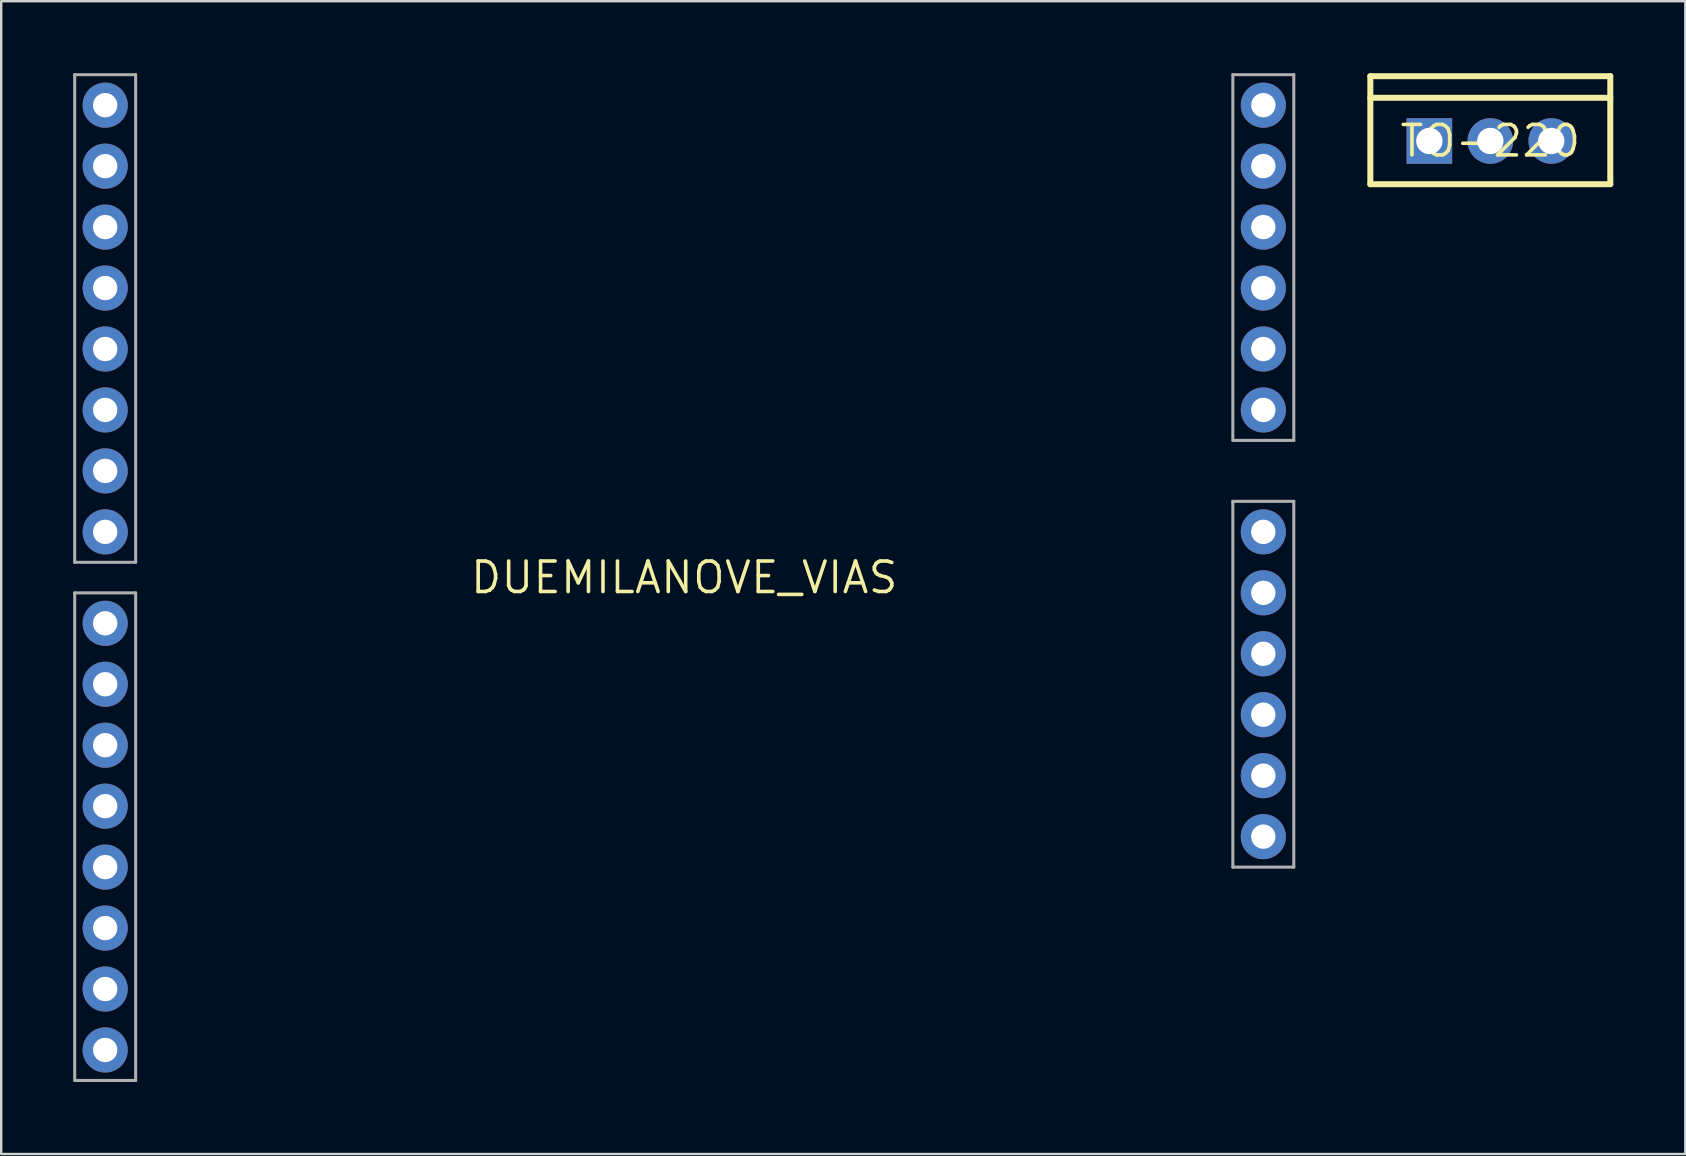
<source format=kicad_pcb>
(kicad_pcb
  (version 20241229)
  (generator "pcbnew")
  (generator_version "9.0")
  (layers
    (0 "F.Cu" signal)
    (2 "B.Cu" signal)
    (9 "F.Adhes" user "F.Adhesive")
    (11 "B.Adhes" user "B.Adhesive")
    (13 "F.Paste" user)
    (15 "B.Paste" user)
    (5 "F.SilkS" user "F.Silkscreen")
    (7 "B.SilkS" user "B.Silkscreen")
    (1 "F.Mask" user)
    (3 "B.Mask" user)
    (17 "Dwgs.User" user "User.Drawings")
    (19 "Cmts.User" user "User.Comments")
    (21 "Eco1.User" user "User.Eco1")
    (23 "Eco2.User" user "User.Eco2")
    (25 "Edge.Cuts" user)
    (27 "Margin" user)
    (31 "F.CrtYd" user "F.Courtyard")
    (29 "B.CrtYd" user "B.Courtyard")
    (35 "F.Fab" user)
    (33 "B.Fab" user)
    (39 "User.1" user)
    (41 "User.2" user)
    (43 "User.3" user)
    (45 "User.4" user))
  (footprint "TO-220"
    (layer "F.Cu")
    (at 59.052 2.825)
    (property "Reference" "TO-220" (at 0 0 0) (layer "F.SilkS") (effects (font (size 1.27 1.27) (thickness 0.15))))
    (fp_line (start -5 -2.7) (end 5 -2.7) (stroke (width 0.25) (type solid)) (layer "F.SilkS"))
    (fp_line (start -5 -1.8) (end 5 -1.8) (stroke (width 0.25) (type solid)) (layer "F.SilkS"))
    (fp_line (start -5 1.8) (end -5 -2.7) (stroke (width 0.25) (type solid)) (layer "F.SilkS"))
    (fp_line (start 5 -2.7) (end 5 1.8) (stroke (width 0.25) (type solid)) (layer "F.SilkS"))
    (fp_line (start 5 1.8) (end -5 1.8) (stroke (width 0.25) (type solid)) (layer "F.SilkS"))
    (pad "1" thru_hole rect (at -2.54 0) (size 1.9 1.9) (drill 1.1) (layers "*.Cu" "*.Mask"))
    (pad "2" thru_hole circle (at 0 0) (size 1.9 1.9) (drill 1.1) (layers "*.Cu" "*.Mask"))
    (pad "3" thru_hole circle (at 2.54 0) (size 1.9 1.9) (drill 1.1) (layers "*.Cu" "*.Mask")))
  (footprint "DUEMILANOVE_VIAS"
    (layer "F.Cu")
    (at 25.463 21.018)
    (property "Reference" "DUEMILANOVE_VIAS" (at 0 0 0) (layer "F.SilkS") (effects (font (size 1.27 1.27) (thickness 0.15))))
    (fp_circle (center -24.13 -19.685) (end -24.13 -19.685) (stroke (width 0) (type solid)) (fill yes) (layer "F.Mask"))
    (fp_circle (center -24.13 -17.145) (end -24.13 -17.145) (stroke (width 0) (type solid)) (fill yes) (layer "F.Mask"))
    (fp_circle (center -24.13 -14.605) (end -24.13 -14.605) (stroke (width 0) (type solid)) (fill yes) (layer "F.Mask"))
    (fp_circle (center -24.13 -12.065) (end -24.13 -12.065) (stroke (width 0) (type solid)) (fill yes) (layer "F.Mask"))
    (fp_circle (center -24.13 -9.525) (end -24.13 -9.525) (stroke (width 0) (type solid)) (fill yes) (layer "F.Mask"))
    (fp_circle (center -24.13 -6.985) (end -24.13 -6.985) (stroke (width 0) (type solid)) (fill yes) (layer "F.Mask"))
    (fp_circle (center -24.13 -4.445) (end -24.13 -4.445) (stroke (width 0) (type solid)) (fill yes) (layer "F.Mask"))
    (fp_circle (center -24.13 -1.905) (end -24.13 -1.905) (stroke (width 0) (type solid)) (fill yes) (layer "F.Mask"))
    (fp_circle (center -24.13 1.905) (end -24.13 1.905) (stroke (width 0) (type solid)) (fill yes) (layer "F.Mask"))
    (fp_circle (center -24.13 4.445) (end -24.13 4.445) (stroke (width 0) (type solid)) (fill yes) (layer "F.Mask"))
    (fp_circle (center -24.13 6.985) (end -24.13 6.985) (stroke (width 0) (type solid)) (fill yes) (layer "F.Mask"))
    (fp_circle (center -24.13 9.525) (end -24.13 9.525) (stroke (width 0) (type solid)) (fill yes) (layer "F.Mask"))
    (fp_circle (center -24.13 12.065) (end -24.13 12.065) (stroke (width 0) (type solid)) (fill yes) (layer "F.Mask"))
    (fp_circle (center -24.13 14.605) (end -24.13 14.605) (stroke (width 0) (type solid)) (fill yes) (layer "F.Mask"))
    (fp_circle (center -24.13 17.145) (end -24.13 17.145) (stroke (width 0) (type solid)) (fill yes) (layer "F.Mask"))
    (fp_circle (center -24.13 19.685) (end -24.13 19.685) (stroke (width 0) (type solid)) (fill yes) (layer "F.Mask"))
    (fp_circle (center 24.13 -19.685) (end 24.13 -19.685) (stroke (width 0) (type solid)) (fill yes) (layer "F.Mask"))
    (fp_circle (center 24.13 -17.145) (end 24.13 -17.145) (stroke (width 0) (type solid)) (fill yes) (layer "F.Mask"))
    (fp_circle (center 24.13 -14.605) (end 24.13 -14.605) (stroke (width 0) (type solid)) (fill yes) (layer "F.Mask"))
    (fp_circle (center 24.13 -12.065) (end 24.13 -12.065) (stroke (width 0) (type solid)) (fill yes) (layer "F.Mask"))
    (fp_circle (center 24.13 -9.525) (end 24.13 -9.525) (stroke (width 0) (type solid)) (fill yes) (layer "F.Mask"))
    (fp_circle (center 24.13 -6.985) (end 24.13 -6.985) (stroke (width 0) (type solid)) (fill yes) (layer "F.Mask"))
    (fp_circle (center 24.13 -1.905) (end 24.13 -1.905) (stroke (width 0) (type solid)) (fill yes) (layer "F.Mask"))
    (fp_circle (center 24.13 0.635) (end 24.13 0.635) (stroke (width 0) (type solid)) (fill yes) (layer "F.Mask"))
    (fp_circle (center 24.13 3.175) (end 24.13 3.175) (stroke (width 0) (type solid)) (fill yes) (layer "F.Mask"))
    (fp_circle (center 24.13 5.715) (end 24.13 5.715) (stroke (width 0) (type solid)) (fill yes) (layer "F.Mask"))
    (fp_circle (center 24.13 8.255) (end 24.13 8.255) (stroke (width 0) (type solid)) (fill yes) (layer "F.Mask"))
    (fp_circle (center 24.13 10.795) (end 24.13 10.795) (stroke (width 0) (type solid)) (fill yes) (layer "F.Mask"))
    (fp_circle (center -24.13 -19.685) (end -24.13 -19.685) (stroke (width 0) (type solid)) (fill yes) (layer "B.Mask"))
    (fp_circle (center -24.13 -17.145) (end -24.13 -17.145) (stroke (width 0) (type solid)) (fill yes) (layer "B.Mask"))
    (fp_circle (center -24.13 -14.605) (end -24.13 -14.605) (stroke (width 0) (type solid)) (fill yes) (layer "B.Mask"))
    (fp_circle (center -24.13 -12.065) (end -24.13 -12.065) (stroke (width 0) (type solid)) (fill yes) (layer "B.Mask"))
    (fp_circle (center -24.13 -9.525) (end -24.13 -9.525) (stroke (width 0) (type solid)) (fill yes) (layer "B.Mask"))
    (fp_circle (center -24.13 -6.985) (end -24.13 -6.985) (stroke (width 0) (type solid)) (fill yes) (layer "B.Mask"))
    (fp_circle (center -24.13 -4.445) (end -24.13 -4.445) (stroke (width 0) (type solid)) (fill yes) (layer "B.Mask"))
    (fp_circle (center -24.13 -1.905) (end -24.13 -1.905) (stroke (width 0) (type solid)) (fill yes) (layer "B.Mask"))
    (fp_circle (center -24.13 1.905) (end -24.13 1.905) (stroke (width 0) (type solid)) (fill yes) (layer "B.Mask"))
    (fp_circle (center -24.13 4.445) (end -24.13 4.445) (stroke (width 0) (type solid)) (fill yes) (layer "B.Mask"))
    (fp_circle (center -24.13 6.985) (end -24.13 6.985) (stroke (width 0) (type solid)) (fill yes) (layer "B.Mask"))
    (fp_circle (center -24.13 9.525) (end -24.13 9.525) (stroke (width 0) (type solid)) (fill yes) (layer "B.Mask"))
    (fp_circle (center -24.13 12.065) (end -24.13 12.065) (stroke (width 0) (type solid)) (fill yes) (layer "B.Mask"))
    (fp_circle (center -24.13 14.605) (end -24.13 14.605) (stroke (width 0) (type solid)) (fill yes) (layer "B.Mask"))
    (fp_circle (center -24.13 17.145) (end -24.13 17.145) (stroke (width 0) (type solid)) (fill yes) (layer "B.Mask"))
    (fp_circle (center -24.13 19.685) (end -24.13 19.685) (stroke (width 0) (type solid)) (fill yes) (layer "B.Mask"))
    (fp_circle (center 24.13 -19.685) (end 24.13 -19.685) (stroke (width 0) (type solid)) (fill yes) (layer "B.Mask"))
    (fp_circle (center 24.13 -17.145) (end 24.13 -17.145) (stroke (width 0) (type solid)) (fill yes) (layer "B.Mask"))
    (fp_circle (center 24.13 -14.605) (end 24.13 -14.605) (stroke (width 0) (type solid)) (fill yes) (layer "B.Mask"))
    (fp_circle (center 24.13 -12.065) (end 24.13 -12.065) (stroke (width 0) (type solid)) (fill yes) (layer "B.Mask"))
    (fp_circle (center 24.13 -9.525) (end 24.13 -9.525) (stroke (width 0) (type solid)) (fill yes) (layer "B.Mask"))
    (fp_circle (center 24.13 -6.985) (end 24.13 -6.985) (stroke (width 0) (type solid)) (fill yes) (layer "B.Mask"))
    (fp_circle (center 24.13 -1.905) (end 24.13 -1.905) (stroke (width 0) (type solid)) (fill yes) (layer "B.Mask"))
    (fp_circle (center 24.13 0.635) (end 24.13 0.635) (stroke (width 0) (type solid)) (fill yes) (layer "B.Mask"))
    (fp_circle (center 24.13 3.175) (end 24.13 3.175) (stroke (width 0) (type solid)) (fill yes) (layer "B.Mask"))
    (fp_circle (center 24.13 5.715) (end 24.13 5.715) (stroke (width 0) (type solid)) (fill yes) (layer "B.Mask"))
    (fp_circle (center 24.13 8.255) (end 24.13 8.255) (stroke (width 0) (type solid)) (fill yes) (layer "B.Mask"))
    (fp_circle (center 24.13 10.795) (end 24.13 10.795) (stroke (width 0) (type solid)) (fill yes) (layer "B.Mask"))
    (fp_line (start -25.4 -20.955) (end -22.86 -20.955) (stroke (width 0.127) (type solid)) (layer "F.Fab"))
    (fp_line (start -25.4 -0.637) (end -25.4 -20.955) (stroke (width 0.127) (type solid)) (layer "F.Fab"))
    (fp_line (start -25.4 0.637) (end -22.86 0.637) (stroke (width 0.127) (type solid)) (layer "F.Fab"))
    (fp_line (start -25.4 20.955) (end -25.4 0.637) (stroke (width 0.127) (type solid)) (layer "F.Fab"))
    (fp_line (start -22.86 -20.955) (end -22.86 -0.637) (stroke (width 0.127) (type solid)) (layer "F.Fab"))
    (fp_line (start -22.86 -0.637) (end -25.4 -0.637) (stroke (width 0.127) (type solid)) (layer "F.Fab"))
    (fp_line (start -22.86 0.637) (end -22.86 20.955) (stroke (width 0.127) (type solid)) (layer "F.Fab"))
    (fp_line (start -22.86 20.955) (end -25.4 20.955) (stroke (width 0.127) (type solid)) (layer "F.Fab"))
    (fp_line (start 22.86 -20.955) (end 25.4 -20.955) (stroke (width 0.127) (type solid)) (layer "F.Fab"))
    (fp_line (start 22.86 -5.717) (end 22.86 -20.955) (stroke (width 0.127) (type solid)) (layer "F.Fab"))
    (fp_line (start 22.86 -3.177) (end 25.4 -3.177) (stroke (width 0.127) (type solid)) (layer "F.Fab"))
    (fp_line (start 22.86 12.066) (end 22.86 -3.177) (stroke (width 0.127) (type solid)) (layer "F.Fab"))
    (fp_line (start 25.4 -20.955) (end 25.4 -5.717) (stroke (width 0.127) (type solid)) (layer "F.Fab"))
    (fp_line (start 25.4 -5.717) (end 22.86 -5.717) (stroke (width 0.127) (type solid)) (layer "F.Fab"))
    (fp_line (start 25.4 -3.177) (end 25.4 12.066) (stroke (width 0.127) (type solid)) (layer "F.Fab"))
    (fp_line (start 25.4 12.066) (end 22.86 12.066) (stroke (width 0.127) (type solid)) (layer "F.Fab"))
    (pad "3.3V" thru_hole circle (at 24.13 8.255) (size 1.88 1.88) (drill 1.016) (layers "*.Cu"))
    (pad "5V" thru_hole circle (at 24.13 5.715) (size 1.88 1.88) (drill 1.016) (layers "*.Cu"))
    (pad "A0" thru_hole circle (at 24.13 -6.985) (size 1.88 1.88) (drill 1.016) (layers "*.Cu"))
    (pad "A1" thru_hole circle (at 24.13 -9.525) (size 1.88 1.88) (drill 1.016) (layers "*.Cu"))
    (pad "A2" thru_hole circle (at 24.13 -12.065) (size 1.88 1.88) (drill 1.016) (layers "*.Cu"))
    (pad "A3" thru_hole circle (at 24.13 -14.605) (size 1.88 1.88) (drill 1.016) (layers "*.Cu"))
    (pad "A4" thru_hole circle (at 24.13 -17.145) (size 1.88 1.88) (drill 1.016) (layers "*.Cu"))
    (pad "A5" thru_hole circle (at 24.13 -19.685) (size 1.88 1.88) (drill 1.016) (layers "*.Cu"))
    (pad "AREF" thru_hole circle (at -24.13 19.685) (size 1.88 1.88) (drill 1.016) (layers "*.Cu"))
    (pad "D2" thru_hole circle (at -24.13 -14.605) (size 1.88 1.88) (drill 1.016) (layers "*.Cu"))
    (pad "D3" thru_hole circle (at -24.13 -12.065) (size 1.88 1.88) (drill 1.016) (layers "*.Cu"))
    (pad "D4" thru_hole circle (at -24.13 -9.525) (size 1.88 1.88) (drill 1.016) (layers "*.Cu"))
    (pad "D5" thru_hole circle (at -24.13 -6.985) (size 1.88 1.88) (drill 1.016) (layers "*.Cu"))
    (pad "D6" thru_hole circle (at -24.13 -4.445) (size 1.88 1.88) (drill 1.016) (layers "*.Cu"))
    (pad "D7" thru_hole circle (at -24.13 -1.905) (size 1.88 1.88) (drill 1.016) (layers "*.Cu"))
    (pad "D8" thru_hole circle (at -24.13 1.905) (size 1.88 1.88) (drill 1.016) (layers "*.Cu"))
    (pad "D9" thru_hole circle (at -24.13 4.445) (size 1.88 1.88) (drill 1.016) (layers "*.Cu"))
    (pad "D10" thru_hole circle (at -24.13 6.985) (size 1.88 1.88) (drill 1.016) (layers "*.Cu"))
    (pad "D11" thru_hole circle (at -24.13 9.525) (size 1.88 1.88) (drill 1.016) (layers "*.Cu"))
    (pad "D12" thru_hole circle (at -24.13 12.065) (size 1.88 1.88) (drill 1.016) (layers "*.Cu"))
    (pad "D13" thru_hole circle (at -24.13 14.605) (size 1.88 1.88) (drill 1.016) (layers "*.Cu"))
    (pad "GND@0" thru_hole circle (at 24.13 3.175) (size 1.88 1.88) (drill 1.016) (layers "*.Cu"))
    (pad "GND@1" thru_hole circle (at 24.13 0.635) (size 1.88 1.88) (drill 1.016) (layers "*.Cu"))
    (pad "GND@2" thru_hole circle (at -24.13 17.145) (size 1.88 1.88) (drill 1.016) (layers "*.Cu"))
    (pad "RES" thru_hole circle (at 24.13 10.795) (size 1.88 1.88) (drill 1.016) (layers "*.Cu"))
    (pad "RX" thru_hole circle (at -24.13 -19.685) (size 1.88 1.88) (drill 1.016) (layers "*.Cu"))
    (pad "TX" thru_hole circle (at -24.13 -17.145) (size 1.88 1.88) (drill 1.016) (layers "*.Cu"))
    (pad "VIN" thru_hole circle (at 24.13 -1.905) (size 1.88 1.88) (drill 1.016) (layers "*.Cu")))
  (gr_rect
    (start -3 -3)
    (end 67.177 45.037)
    (stroke (width 0.1) (type default))
    (fill no)
    (layer "Edge.Cuts")))
</source>
